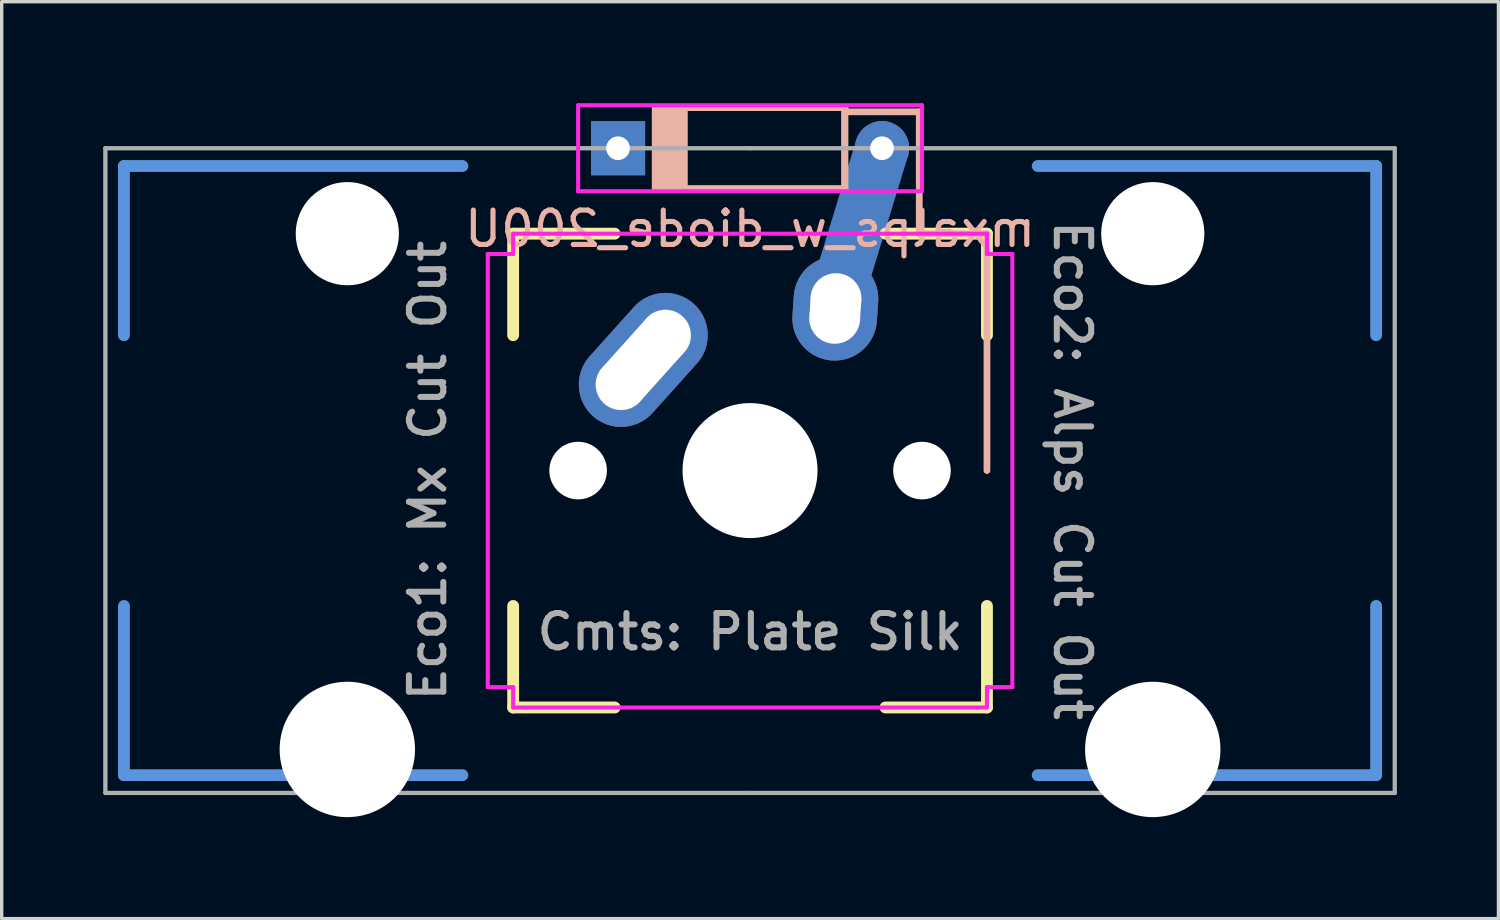
<source format=kicad_pcb>
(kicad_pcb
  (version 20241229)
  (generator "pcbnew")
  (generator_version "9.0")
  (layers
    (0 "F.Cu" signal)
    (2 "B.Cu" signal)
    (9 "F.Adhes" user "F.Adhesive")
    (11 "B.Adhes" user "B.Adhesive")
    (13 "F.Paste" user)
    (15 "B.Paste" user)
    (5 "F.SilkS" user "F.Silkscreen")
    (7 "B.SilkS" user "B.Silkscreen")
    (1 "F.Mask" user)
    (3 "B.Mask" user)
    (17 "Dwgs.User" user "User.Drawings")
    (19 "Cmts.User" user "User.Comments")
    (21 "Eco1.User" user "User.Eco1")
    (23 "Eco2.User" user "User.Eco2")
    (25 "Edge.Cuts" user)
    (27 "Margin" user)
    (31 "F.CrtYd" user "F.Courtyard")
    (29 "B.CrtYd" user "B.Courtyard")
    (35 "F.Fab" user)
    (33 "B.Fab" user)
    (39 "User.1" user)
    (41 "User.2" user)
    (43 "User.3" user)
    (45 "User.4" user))
  (footprint "mxalps_w_diode_200U"
    (layer "F.Cu")
    (at 19.113 10.855)
    (property "Reference" "mxalps_w_diode_200U" (at 0 -7.144 0) (layer "B.SilkS") (effects (font (size 1.016 1.016) (thickness 0.152)) (justify mirror)))
    (attr through_hole)
    (fp_line (start -7 -7) (end -7 -4) (stroke (width 0.35) (type solid)) (layer "F.SilkS"))
    (fp_line (start -7 -7) (end -4 -7) (stroke (width 0.35) (type solid)) (layer "F.SilkS"))
    (fp_line (start -7 7) (end -7 4) (stroke (width 0.35) (type solid)) (layer "F.SilkS"))
    (fp_line (start -7 7) (end -4 7) (stroke (width 0.35) (type solid)) (layer "F.SilkS"))
    (fp_line (start -2.8 -10.725) (end -2.8 -8.325) (stroke (width 0.2) (type solid)) (layer "F.SilkS"))
    (fp_line (start -2.8 -10.725) (end 2.8 -10.725) (stroke (width 0.2) (type solid)) (layer "F.SilkS"))
    (fp_line (start -2.625 -10.725) (end -2.625 -8.325) (stroke (width 0.2) (type solid)) (layer "F.SilkS"))
    (fp_line (start -2.45 -10.725) (end -2.45 -8.325) (stroke (width 0.2) (type solid)) (layer "F.SilkS"))
    (fp_line (start -2.275 -10.725) (end -2.275 -8.325) (stroke (width 0.2) (type solid)) (layer "F.SilkS"))
    (fp_line (start -2.1 -10.725) (end -2.1 -8.325) (stroke (width 0.2) (type solid)) (layer "F.SilkS"))
    (fp_line (start -1.95 -10.725) (end -1.95 -8.325) (stroke (width 0.2) (type solid)) (layer "F.SilkS"))
    (fp_line (start 2.8 -10.725) (end 2.8 -8.325) (stroke (width 0.2) (type solid)) (layer "F.SilkS"))
    (fp_line (start 2.8 -8.325) (end -2.8 -8.325) (stroke (width 0.2) (type solid)) (layer "F.SilkS"))
    (fp_line (start 7 -7) (end 4 -7) (stroke (width 0.35) (type solid)) (layer "F.SilkS"))
    (fp_line (start 7 -7) (end 7 -4) (stroke (width 0.35) (type solid)) (layer "F.SilkS"))
    (fp_line (start 7 7) (end 4 7) (stroke (width 0.35) (type solid)) (layer "F.SilkS"))
    (fp_line (start 7 7) (end 7 4) (stroke (width 0.35) (type solid)) (layer "F.SilkS"))
    (fp_line (start -2.8 -8.325) (end -2.8 -10.725) (stroke (width 0.2) (type solid)) (layer "B.SilkS"))
    (fp_line (start -2.8 -8.325) (end 2.8 -8.325) (stroke (width 0.2) (type solid)) (layer "B.SilkS"))
    (fp_line (start -2.625 -8.325) (end -2.625 -10.725) (stroke (width 0.2) (type solid)) (layer "B.SilkS"))
    (fp_line (start -2.45 -8.325) (end -2.45 -10.725) (stroke (width 0.2) (type solid)) (layer "B.SilkS"))
    (fp_line (start -2.275 -8.325) (end -2.275 -10.725) (stroke (width 0.2) (type solid)) (layer "B.SilkS"))
    (fp_line (start -2.1 -8.325) (end -2.1 -10.725) (stroke (width 0.2) (type solid)) (layer "B.SilkS"))
    (fp_line (start -1.95 -8.325) (end -1.95 -10.725) (stroke (width 0.2) (type solid)) (layer "B.SilkS"))
    (fp_line (start 2.8 -10.725) (end -2.8 -10.725) (stroke (width 0.2) (type solid)) (layer "B.SilkS"))
    (fp_line (start 2.8 -8.325) (end 2.8 -10.725) (stroke (width 0.2) (type solid)) (layer "B.SilkS"))
    (fp_line (start 5 -10.6) (end 2.9 -10.6) (stroke (width 0.2) (type solid)) (layer "B.SilkS"))
    (fp_line (start 5 -7) (end 5 -10.6) (stroke (width 0.2) (type solid)) (layer "B.SilkS"))
    (fp_line (start 7 -7) (end 5 -7) (stroke (width 0.2) (type solid)) (layer "B.SilkS"))
    (fp_line (start 7 -7) (end 7 0) (stroke (width 0.2) (type solid)) (layer "B.SilkS"))
    (fp_circle (center -3.81 -2.54) (end -3.06 -2.54) (stroke (width 0.01) (type solid)) (fill no) (layer "Dwgs.User"))
    (fp_circle (center -2.5 -4) (end -1.75 -4) (stroke (width 0.01) (type solid)) (fill no) (layer "Dwgs.User"))
    (fp_circle (center 2.5 -4.5) (end 3.25 -4.5) (stroke (width 0.01) (type solid)) (fill no) (layer "Dwgs.User"))
    (fp_circle (center 2.54 -5.08) (end 3.29 -5.08) (stroke (width 0.01) (type solid)) (fill no) (layer "Dwgs.User"))
    (fp_line (start -18.5 -9) (end -18.5 -4) (stroke (width 0.35) (type solid)) (layer "Cmts.User"))
    (fp_line (start -18.5 -9) (end -8.5 -9) (stroke (width 0.35) (type solid)) (layer "Cmts.User"))
    (fp_line (start -18.5 9) (end -18.5 4) (stroke (width 0.35) (type solid)) (layer "Cmts.User"))
    (fp_line (start -18.5 9) (end -8.5 9) (stroke (width 0.35) (type solid)) (layer "Cmts.User"))
    (fp_line (start 18.5 -9) (end 8.5 -9) (stroke (width 0.35) (type solid)) (layer "Cmts.User"))
    (fp_line (start 18.5 -9) (end 18.5 -4) (stroke (width 0.35) (type solid)) (layer "Cmts.User"))
    (fp_line (start 18.5 9) (end 8.5 9) (stroke (width 0.35) (type solid)) (layer "Cmts.User"))
    (fp_line (start 18.5 9) (end 18.5 4) (stroke (width 0.35) (type solid)) (layer "Cmts.User"))
    (fp_line (start -16.13 -2.3) (end -16.13 0.5) (stroke (width 0.1) (type solid)) (layer "Eco1.User"))
    (fp_line (start -16.13 0.5) (end -15.33 0.5) (stroke (width 0.1) (type solid)) (layer "Eco1.User"))
    (fp_line (start -15.33 -5.63) (end -15.33 -2.3) (stroke (width 0.1) (type solid)) (layer "Eco1.User"))
    (fp_line (start -15.33 -2.3) (end -16.13 -2.3) (stroke (width 0.1) (type solid)) (layer "Eco1.User"))
    (fp_line (start -15.33 0.5) (end -15.33 6.77) (stroke (width 0.1) (type solid)) (layer "Eco1.User"))
    (fp_line (start -15.33 6.77) (end -13.555 6.77) (stroke (width 0.1) (type solid)) (layer "Eco1.User"))
    (fp_line (start -13.555 6.77) (end -13.555 7.87) (stroke (width 0.1) (type solid)) (layer "Eco1.User"))
    (fp_line (start -13.555 7.87) (end -10.255 7.87) (stroke (width 0.1) (type solid)) (layer "Eco1.User"))
    (fp_line (start -10.255 6.77) (end -8.48 6.77) (stroke (width 0.1) (type solid)) (layer "Eco1.User"))
    (fp_line (start -10.255 7.87) (end -10.255 6.77) (stroke (width 0.1) (type solid)) (layer "Eco1.User"))
    (fp_line (start -8.48 -5.63) (end -15.33 -5.63) (stroke (width 0.1) (type solid)) (layer "Eco1.User"))
    (fp_line (start -8.48 -3.7) (end -8.48 -5.63) (stroke (width 0.1) (type solid)) (layer "Eco1.User"))
    (fp_line (start -8.48 3.7) (end -7 3.7) (stroke (width 0.1) (type solid)) (layer "Eco1.User"))
    (fp_line (start -8.48 6.77) (end -8.48 3.7) (stroke (width 0.1) (type solid)) (layer "Eco1.User"))
    (fp_line (start -7 -7) (end -7 -3.7) (stroke (width 0.1) (type solid)) (layer "Eco1.User"))
    (fp_line (start -7 -3.7) (end -8.48 -3.7) (stroke (width 0.1) (type solid)) (layer "Eco1.User"))
    (fp_line (start -7 3.7) (end -7 7) (stroke (width 0.1) (type solid)) (layer "Eco1.User"))
    (fp_line (start -7 7) (end 7 7) (stroke (width 0.1) (type solid)) (layer "Eco1.User"))
    (fp_line (start 7 -7) (end -7 -7) (stroke (width 0.1) (type solid)) (layer "Eco1.User"))
    (fp_line (start 7 -3.7) (end 7 -7) (stroke (width 0.1) (type solid)) (layer "Eco1.User"))
    (fp_line (start 7 3.7) (end 8.48 3.7) (stroke (width 0.1) (type solid)) (layer "Eco1.User"))
    (fp_line (start 7 7) (end 7 3.7) (stroke (width 0.1) (type solid)) (layer "Eco1.User"))
    (fp_line (start 8.48 -5.63) (end 8.48 -3.7) (stroke (width 0.1) (type solid)) (layer "Eco1.User"))
    (fp_line (start 8.48 -3.7) (end 7 -3.7) (stroke (width 0.1) (type solid)) (layer "Eco1.User"))
    (fp_line (start 8.48 3.7) (end 8.48 6.77) (stroke (width 0.1) (type solid)) (layer "Eco1.User"))
    (fp_line (start 8.48 6.77) (end 10.255 6.77) (stroke (width 0.1) (type solid)) (layer "Eco1.User"))
    (fp_line (start 10.255 6.77) (end 10.255 7.87) (stroke (width 0.1) (type solid)) (layer "Eco1.User"))
    (fp_line (start 10.255 7.87) (end 13.555 7.87) (stroke (width 0.1) (type solid)) (layer "Eco1.User"))
    (fp_line (start 13.555 6.77) (end 15.33 6.77) (stroke (width 0.1) (type solid)) (layer "Eco1.User"))
    (fp_line (start 13.555 7.87) (end 13.555 6.77) (stroke (width 0.1) (type solid)) (layer "Eco1.User"))
    (fp_line (start 15.33 -5.63) (end 8.48 -5.63) (stroke (width 0.1) (type solid)) (layer "Eco1.User"))
    (fp_line (start 15.33 -2.3) (end 15.33 -5.63) (stroke (width 0.1) (type solid)) (layer "Eco1.User"))
    (fp_line (start 15.33 0.5) (end 16.13 0.5) (stroke (width 0.1) (type solid)) (layer "Eco1.User"))
    (fp_line (start 15.33 6.77) (end 15.33 0.5) (stroke (width 0.1) (type solid)) (layer "Eco1.User"))
    (fp_line (start 16.13 -2.3) (end 15.33 -2.3) (stroke (width 0.1) (type solid)) (layer "Eco1.User"))
    (fp_line (start 16.13 0.5) (end 16.13 -2.3) (stroke (width 0.1) (type solid)) (layer "Eco1.User"))
    (fp_line (start -15.5 4.1) (end -15.5 9.1) (stroke (width 0.1) (type solid)) (layer "Eco2.User"))
    (fp_line (start -15.5 9.1) (end -13 9.1) (stroke (width 0.1) (type solid)) (layer "Eco2.User"))
    (fp_line (start -13 4.1) (end -15.5 4.1) (stroke (width 0.1) (type solid)) (layer "Eco2.User"))
    (fp_line (start -13 9.1) (end -13 4.1) (stroke (width 0.1) (type solid)) (layer "Eco2.User"))
    (fp_line (start -7.75 -6.4) (end -7.75 6.4) (stroke (width 0.1) (type solid)) (layer "Eco2.User"))
    (fp_line (start -7.75 6.4) (end 7.75 6.4) (stroke (width 0.1) (type solid)) (layer "Eco2.User"))
    (fp_line (start 7.75 -6.4) (end -7.75 -6.4) (stroke (width 0.1) (type solid)) (layer "Eco2.User"))
    (fp_line (start 7.75 6.4) (end 7.75 -6.4) (stroke (width 0.1) (type solid)) (layer "Eco2.User"))
    (fp_line (start 13 4.1) (end 15.5 4.1) (stroke (width 0.1) (type solid)) (layer "Eco2.User"))
    (fp_line (start 13 9.1) (end 13 4.1) (stroke (width 0.1) (type solid)) (layer "Eco2.User"))
    (fp_line (start 15.5 4.1) (end 15.5 9.1) (stroke (width 0.1) (type solid)) (layer "Eco2.User"))
    (fp_line (start 15.5 9.1) (end 13 9.1) (stroke (width 0.1) (type solid)) (layer "Eco2.User"))
    (fp_line (start -7.75 -6.4) (end -7.75 6.4) (stroke (width 0.12) (type solid)) (layer "F.CrtYd"))
    (fp_line (start -7.75 6.4) (end -7 6.4) (stroke (width 0.12) (type solid)) (layer "F.CrtYd"))
    (fp_line (start -7 -7) (end -7 -6.4) (stroke (width 0.12) (type solid)) (layer "F.CrtYd"))
    (fp_line (start -7 -6.4) (end -7.75 -6.4) (stroke (width 0.12) (type solid)) (layer "F.CrtYd"))
    (fp_line (start -7 6.4) (end -7 7) (stroke (width 0.12) (type solid)) (layer "F.CrtYd"))
    (fp_line (start -7 7) (end 7 7) (stroke (width 0.12) (type solid)) (layer "F.CrtYd"))
    (fp_line (start -5.08 -10.795) (end -5.08 -8.255) (stroke (width 0.12) (type solid)) (layer "F.CrtYd"))
    (fp_line (start -5.08 -8.255) (end 5.08 -8.255) (stroke (width 0.12) (type solid)) (layer "F.CrtYd"))
    (fp_line (start 5.08 -10.795) (end -5.08 -10.795) (stroke (width 0.12) (type solid)) (layer "F.CrtYd"))
    (fp_line (start 5.08 -8.255) (end 5.08 -10.795) (stroke (width 0.12) (type solid)) (layer "F.CrtYd"))
    (fp_line (start 7 -7) (end -7 -7) (stroke (width 0.12) (type solid)) (layer "F.CrtYd"))
    (fp_line (start 7 -6.4) (end 7 -7) (stroke (width 0.12) (type solid)) (layer "F.CrtYd"))
    (fp_line (start 7 6.4) (end 7.75 6.4) (stroke (width 0.12) (type solid)) (layer "F.CrtYd"))
    (fp_line (start 7 7) (end 7 6.4) (stroke (width 0.12) (type solid)) (layer "F.CrtYd"))
    (fp_line (start 7.75 -6.4) (end 7 -6.4) (stroke (width 0.12) (type solid)) (layer "F.CrtYd"))
    (fp_line (start 7.75 6.4) (end 7.75 -6.4) (stroke (width 0.12) (type solid)) (layer "F.CrtYd"))
    (fp_line (start -19.05 -9.525) (end -19.05 9.525) (stroke (width 0.127) (type solid)) (layer "F.Fab"))
    (fp_line (start -19.05 9.525) (end 0 9.525) (stroke (width 0.127) (type solid)) (layer "F.Fab"))
    (fp_line (start 0 -9.525) (end -19.05 -9.525) (stroke (width 0.127) (type solid)) (layer "F.Fab"))
    (fp_line (start 0 9.525) (end 19.05 9.525) (stroke (width 0.127) (type solid)) (layer "F.Fab"))
    (fp_line (start 19.05 -9.525) (end 0 -9.525) (stroke (width 0.127) (type solid)) (layer "F.Fab"))
    (fp_line (start 19.05 9.525) (end 19.05 -9.525) (stroke (width 0.127) (type solid)) (layer "F.Fab"))
    (fp_text user "Cmts: Plate Silk" (at 0 4.763 0) (layer "F.Fab") (effects (font (size 1.016 1.016) (thickness 0.178))))
    (fp_text user "Eco1: Mx Cut Out" (at -9.525 0 90) (unlocked yes) (layer "F.Fab") (effects (font (size 1.016 1.016) (thickness 0.178))))
    (fp_text user "Eco2: Alps Cut Out" (at 9.525 0 270) (unlocked yes) (layer "F.Fab") (effects (font (size 1.016 1.016) (thickness 0.178))))
    (pad "" np_thru_hole circle (at -11.9 -7) (size 3.05 3.05) (drill 3.05) (layers "*.Cu" "*.Mask"))
    (pad "" np_thru_hole circle (at -11.9 8.24) (size 4 4) (drill 4) (layers "*.Cu" "*.Mask"))
    (pad "" np_thru_hole circle (at -5.08 0) (size 1.702 1.702) (drill 1.702) (layers "*.Cu" "*.Mask"))
    (pad "" np_thru_hole circle (at 0 0) (size 3.988 3.988) (drill 3.988) (layers "*.Cu" "*.Mask"))
    (pad "" thru_hole oval (at 2.52 -4.79 356.1) (size 2.5 3.08) (drill oval 1.5 2.08) (layers "*.Cu" "*.Mask"))
    (pad "" thru_hole circle (at 3.9 -9.525) (size 1.6 1.6) (drill 0.7) (layers "*.Cu" "*.Mask"))
    (pad "" connect oval (at 3.9 -9.525 343) (size 1.6 5.6) (drill oval (offset 0 2)) (layers "B.Cu"))
    (pad "" np_thru_hole circle (at 5.08 0) (size 1.702 1.702) (drill 1.702) (layers "*.Cu" "*.Mask"))
    (pad "" np_thru_hole circle (at 11.9 -7) (size 3.05 3.05) (drill 3.05) (layers "*.Cu" "*.Mask"))
    (pad "" np_thru_hole circle (at 11.9 8.24) (size 4 4) (drill 4) (layers "*.Cu" "*.Mask"))
    (pad "1" thru_hole oval (at -3.155 -3.27 318.1) (size 2.5 4.46) (drill oval 1.5 3.46) (layers "*.Cu" "*.Mask"))
    (pad "2" thru_hole rect (at -3.9 -9.525) (size 1.6 1.6) (drill 0.7) (layers "*.Cu" "*.Mask")))
  (gr_rect
    (start -3 -3)
    (end 41.227 24.095)
    (stroke (width 0.1) (type default))
    (fill no)
    (layer "Edge.Cuts")))
</source>
